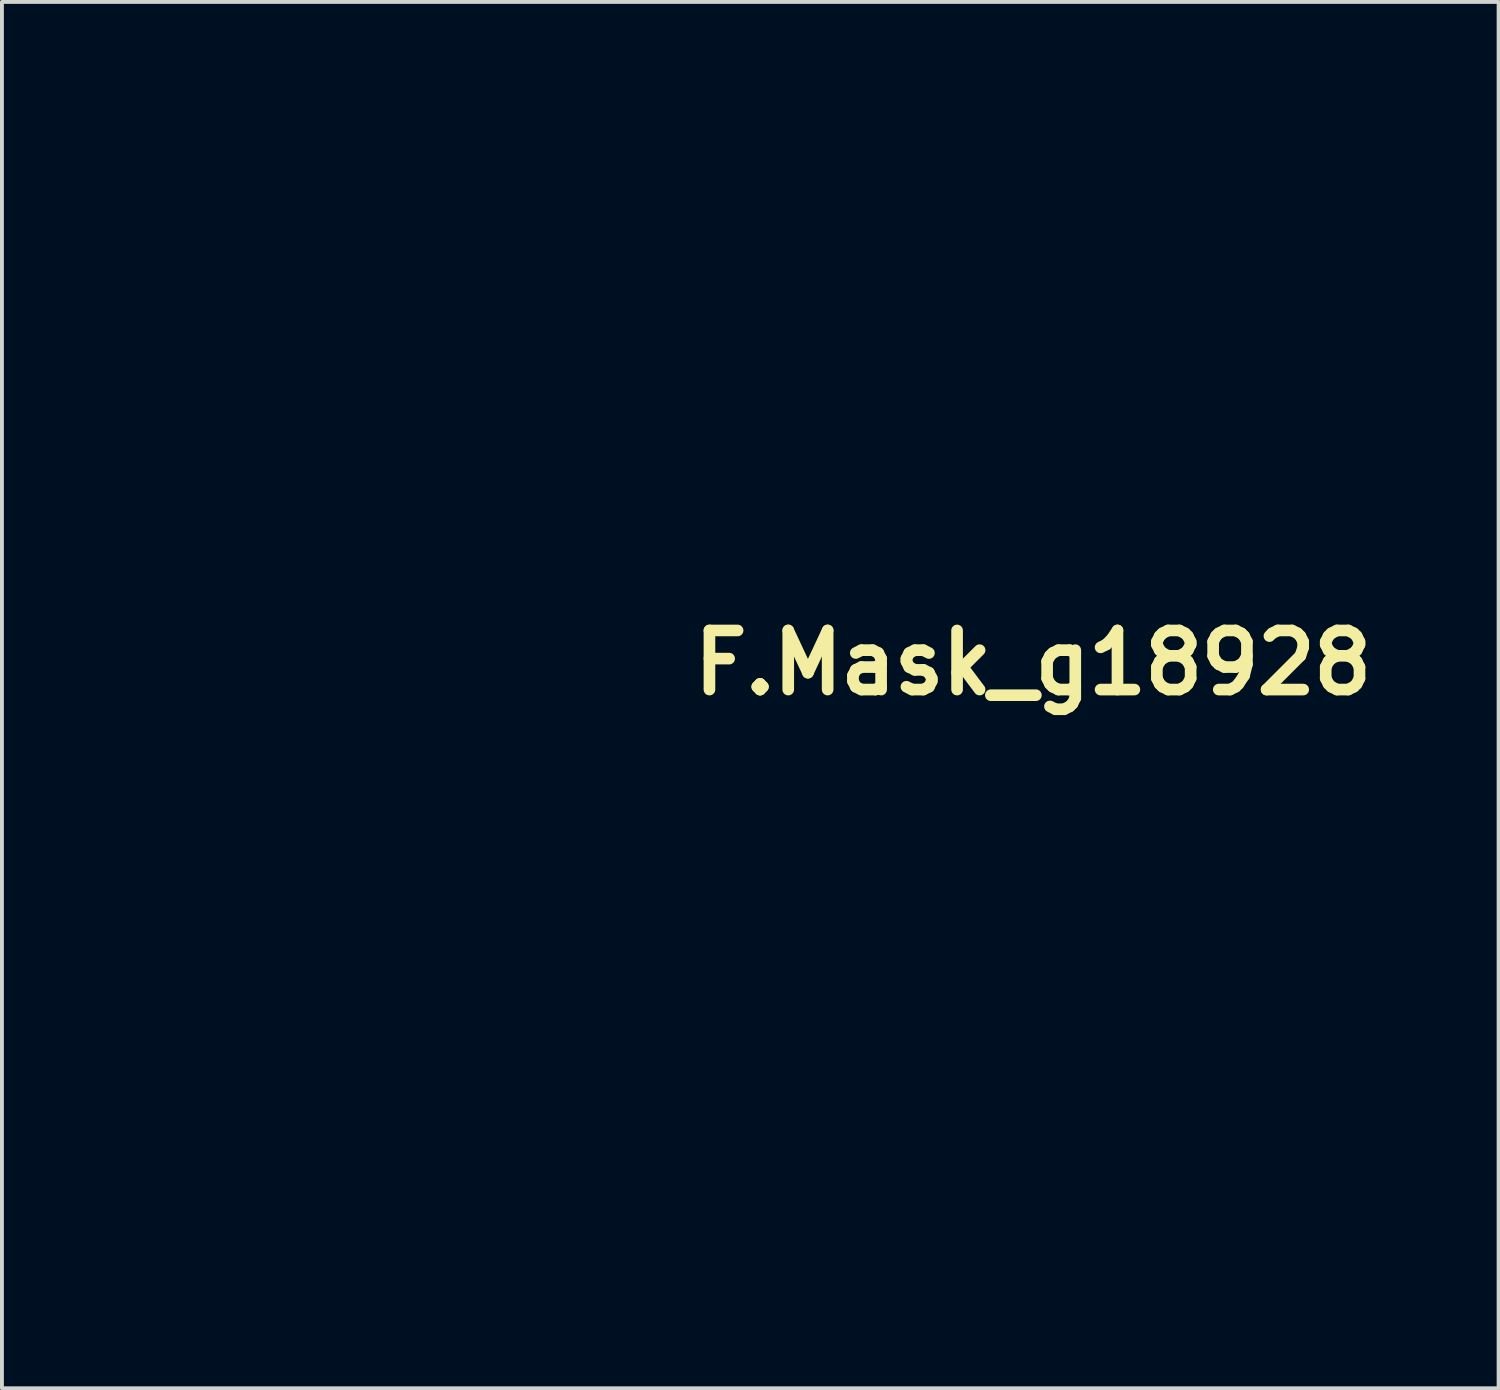
<source format=kicad_pcb>
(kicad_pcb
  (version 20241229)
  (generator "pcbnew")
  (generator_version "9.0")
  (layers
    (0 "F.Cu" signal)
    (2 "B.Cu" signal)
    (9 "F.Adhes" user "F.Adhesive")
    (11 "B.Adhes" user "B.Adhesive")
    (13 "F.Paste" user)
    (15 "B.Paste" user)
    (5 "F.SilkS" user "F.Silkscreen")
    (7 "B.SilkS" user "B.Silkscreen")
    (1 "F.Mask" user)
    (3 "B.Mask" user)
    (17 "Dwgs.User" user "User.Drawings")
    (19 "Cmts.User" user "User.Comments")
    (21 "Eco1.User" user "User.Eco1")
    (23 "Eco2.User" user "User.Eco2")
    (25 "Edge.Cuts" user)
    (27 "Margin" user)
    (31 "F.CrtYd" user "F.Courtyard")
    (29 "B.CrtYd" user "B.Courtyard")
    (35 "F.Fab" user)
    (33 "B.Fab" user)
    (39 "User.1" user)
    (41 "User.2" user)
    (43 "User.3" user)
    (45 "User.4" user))
  (footprint "F.Mask_g18928"
    (layer "F.Cu")
    (at 23.592 14.044)
    (property "Reference" "F.Mask_g18928" (at 0 0 0) (layer "F.SilkS") (effects (font (size 1.524 1.524) (thickness 0.3))))
    (attr through_hole)
    (fp_poly (pts (xy -16.673 9.411) (xy -16.565 9.437) (xy -16.505 9.501) (xy -16.483 9.642) (xy -16.486 9.902) (xy -16.491 10.011) (xy -16.532 10.496) (xy -16.612 10.822) (xy -16.728 10.986) (xy -16.799 11.007) (xy -16.902 10.943) (xy -17.073 10.771) (xy -17.285 10.522) (xy -17.403 10.37) (xy -17.608 10.08) (xy -17.758 9.831) (xy -17.834 9.661) (xy -17.836 9.615) (xy -17.731 9.541) (xy -17.51 9.474) (xy -17.224 9.424) (xy -16.926 9.4) (xy -16.673 9.411)) (stroke (width 0.01) (type solid)) (fill yes) (layer "F.Mask"))
    (fp_poly (pts (xy -9.001 13.816) (xy -8.877 13.892) (xy -8.688 14.069) (xy -8.459 14.314) (xy -8.218 14.596) (xy -7.99 14.882) (xy -7.802 15.141) (xy -7.68 15.342) (xy -7.65 15.45) (xy -7.768 15.53) (xy -8.032 15.567) (xy -8.423 15.56) (xy -8.924 15.509) (xy -9.037 15.493) (xy -9.39 15.434) (xy -9.613 15.36) (xy -9.718 15.246) (xy -9.715 15.062) (xy -9.614 14.781) (xy -9.441 14.406) (xy -9.269 14.074) (xy -9.138 13.883) (xy -9.032 13.815) (xy -9.001 13.816)) (stroke (width 0.01) (type solid)) (fill yes) (layer "F.Mask"))
    (fp_poly (pts (xy 3.815 11.245) (xy 4.357 11.434) (xy 4.841 11.719) (xy 4.855 11.73) (xy 5.067 11.904) (xy 5.21 12.046) (xy 5.249 12.11) (xy 5.191 12.219) (xy 5.034 12.411) (xy 4.808 12.658) (xy 4.541 12.929) (xy 4.262 13.196) (xy 4 13.43) (xy 3.784 13.602) (xy 3.746 13.628) (xy 3.485 13.794) (xy 3.325 13.87) (xy 3.233 13.867) (xy 3.185 13.816) (xy 3.146 13.682) (xy 3.102 13.421) (xy 3.058 13.074) (xy 3.018 12.682) (xy 2.986 12.287) (xy 2.967 11.93) (xy 2.963 11.75) (xy 2.963 11.176) (xy 3.287 11.176) (xy 3.815 11.245)) (stroke (width 0.01) (type solid)) (fill yes) (layer "F.Mask"))
    (fp_poly (pts (xy -19.392 9.654) (xy -19.221 9.672) (xy -19.129 9.709) (xy -19.084 9.77) (xy -19.081 9.777) (xy -19.074 9.923) (xy -19.102 10.183) (xy -19.155 10.509) (xy -19.224 10.852) (xy -19.301 11.164) (xy -19.374 11.394) (xy -19.4 11.451) (xy -19.464 11.55) (xy -19.543 11.586) (xy -19.677 11.555) (xy -19.905 11.451) (xy -20.05 11.38) (xy -20.357 11.198) (xy -20.675 10.961) (xy -20.973 10.701) (xy -21.217 10.446) (xy -21.376 10.227) (xy -21.421 10.096) (xy -21.382 9.946) (xy -21.252 9.835) (xy -21.013 9.755) (xy -20.644 9.702) (xy -20.127 9.67) (xy -20.089 9.668) (xy -19.671 9.654) (xy -19.392 9.654)) (stroke (width 0.01) (type solid)) (fill yes) (layer "F.Mask"))
    (fp_poly (pts (xy -12.808 8.923) (xy -12.802 9.023) (xy -12.825 9.25) (xy -12.87 9.567) (xy -12.932 9.934) (xy -13.002 10.315) (xy -13.075 10.67) (xy -13.143 10.963) (xy -13.199 11.153) (xy -13.215 11.188) (xy -13.33 11.316) (xy -13.408 11.345) (xy -13.51 11.288) (xy -13.697 11.132) (xy -13.938 10.905) (xy -14.108 10.732) (xy -14.53 10.28) (xy -14.849 9.907) (xy -15.059 9.623) (xy -15.151 9.438) (xy -15.155 9.409) (xy -15.085 9.31) (xy -14.93 9.223) (xy -14.744 9.172) (xy -14.456 9.113) (xy -14.106 9.053) (xy -13.733 8.998) (xy -13.377 8.952) (xy -13.078 8.921) (xy -12.874 8.912) (xy -12.808 8.923)) (stroke (width 0.01) (type solid)) (fill yes) (layer "F.Mask"))
    (fp_poly (pts (xy -8.322 7.829) (xy -8.244 7.925) (xy -8.15 8.134) (xy -8.085 8.328) (xy -8.031 8.588) (xy -7.987 8.937) (xy -7.954 9.337) (xy -7.934 9.755) (xy -7.927 10.154) (xy -7.935 10.499) (xy -7.958 10.755) (xy -7.998 10.887) (xy -8.01 10.896) (xy -8.109 10.86) (xy -8.316 10.739) (xy -8.605 10.55) (xy -8.951 10.31) (xy -9.111 10.195) (xy -9.68 9.777) (xy -10.122 9.442) (xy -10.451 9.18) (xy -10.68 8.977) (xy -10.823 8.822) (xy -10.894 8.704) (xy -10.905 8.612) (xy -10.872 8.538) (xy -10.781 8.469) (xy -10.609 8.394) (xy -10.331 8.304) (xy -9.924 8.189) (xy -9.652 8.117) (xy -9.215 8.005) (xy -8.833 7.915) (xy -8.536 7.854) (xy -8.357 7.828) (xy -8.322 7.829)) (stroke (width 0.01) (type solid)) (fill yes) (layer "F.Mask"))
    (fp_poly (pts (xy -0.64 6.285) (xy -0.55 6.327) (xy -0.514 6.404) (xy -0.508 6.52) (xy -0.509 6.625) (xy -0.519 6.859) (xy -0.545 7.209) (xy -0.583 7.635) (xy -0.629 8.097) (xy -0.678 8.556) (xy -0.727 8.97) (xy -0.772 9.3) (xy -0.807 9.506) (xy -0.81 9.519) (xy -0.886 9.68) (xy -0.972 9.737) (xy -1.065 9.679) (xy -1.252 9.519) (xy -1.507 9.278) (xy -1.809 8.979) (xy -1.958 8.826) (xy -2.394 8.367) (xy -2.794 7.934) (xy -3.141 7.543) (xy -3.42 7.212) (xy -3.617 6.96) (xy -3.717 6.803) (xy -3.725 6.772) (xy -3.656 6.699) (xy -3.444 6.625) (xy -3.083 6.548) (xy -2.565 6.469) (xy -1.99 6.396) (xy -1.457 6.333) (xy -1.07 6.292) (xy -0.805 6.274) (xy -0.64 6.285)) (stroke (width 0.01) (type solid)) (fill yes) (layer "F.Mask"))
    (fp_poly (pts (xy -4.975 6.941) (xy -4.915 7.02) (xy -4.904 7.04) (xy -4.878 7.191) (xy -4.883 7.463) (xy -4.914 7.825) (xy -4.965 8.246) (xy -5.031 8.694) (xy -5.107 9.138) (xy -5.188 9.546) (xy -5.27 9.887) (xy -5.346 10.129) (xy -5.411 10.241) (xy -5.424 10.245) (xy -5.512 10.191) (xy -5.699 10.043) (xy -5.958 9.824) (xy -6.263 9.554) (xy -6.318 9.505) (xy -6.798 9.055) (xy -7.2 8.647) (xy -7.512 8.295) (xy -7.722 8.013) (xy -7.819 7.814) (xy -7.819 7.745) (xy -7.72 7.663) (xy -7.501 7.561) (xy -7.207 7.458) (xy -7.167 7.446) (xy -6.829 7.348) (xy -6.522 7.258) (xy -6.31 7.194) (xy -6.308 7.194) (xy -6.087 7.133) (xy -5.778 7.055) (xy -5.524 6.995) (xy -5.235 6.932) (xy -5.067 6.913) (xy -4.975 6.941)) (stroke (width 0.01) (type solid)) (fill yes) (layer "F.Mask"))
    (fp_poly (pts (xy -1.117 13.06) (xy -0.969 13.138) (xy -0.778 13.293) (xy -0.52 13.544) (xy -0.314 13.758) (xy 0.037 14.112) (xy 0.309 14.343) (xy 0.526 14.464) (xy 0.711 14.486) (xy 0.888 14.422) (xy 0.918 14.403) (xy 0.982 14.327) (xy 0.957 14.197) (xy 0.892 14.06) (xy 0.801 13.807) (xy 0.781 13.57) (xy 0.829 13.396) (xy 0.931 13.335) (xy 1.023 13.406) (xy 1.154 13.589) (xy 1.302 13.84) (xy 1.442 14.115) (xy 1.55 14.369) (xy 1.602 14.557) (xy 1.603 14.575) (xy 1.525 14.701) (xy 1.286 14.838) (xy 0.895 14.981) (xy 0.36 15.128) (xy -0.31 15.277) (xy -1.058 15.417) (xy -1.621 15.508) (xy -2.037 15.559) (xy -2.324 15.571) (xy -2.5 15.544) (xy -2.583 15.48) (xy -2.587 15.471) (xy -2.568 15.362) (xy -2.491 15.134) (xy -2.371 14.823) (xy -2.223 14.463) (xy -2.062 14.088) (xy -1.902 13.734) (xy -1.759 13.434) (xy -1.646 13.223) (xy -1.601 13.156) (xy -1.45 13.071) (xy -1.251 13.039) (xy -1.117 13.06)) (stroke (width 0.01) (type solid)) (fill yes) (layer "F.Mask"))
    (fp_poly (pts (xy -3.899 13.63) (xy -3.818 13.721) (xy -3.691 13.919) (xy -3.543 14.222) (xy -3.393 14.578) (xy -3.261 14.935) (xy -3.167 15.243) (xy -3.133 15.449) (xy -3.141 15.562) (xy -3.192 15.626) (xy -3.322 15.655) (xy -3.569 15.663) (xy -3.713 15.663) (xy -4.111 15.668) (xy -4.532 15.68) (xy -4.792 15.693) (xy -5.103 15.702) (xy -5.513 15.703) (xy -5.957 15.696) (xy -6.16 15.69) (xy -6.593 15.666) (xy -6.871 15.632) (xy -7.007 15.586) (xy -7.027 15.553) (xy -6.973 15.448) (xy -6.828 15.252) (xy -6.62 14.996) (xy -6.376 14.711) (xy -6.122 14.429) (xy -5.885 14.179) (xy -5.693 13.993) (xy -5.605 13.921) (xy -5.389 13.821) (xy -5.245 13.875) (xy -5.174 14.081) (xy -5.165 14.243) (xy -5.119 14.626) (xy -4.995 14.935) (xy -4.815 15.146) (xy -4.597 15.235) (xy -4.369 15.182) (xy -4.318 15.119) (xy -4.338 15.004) (xy -4.441 14.804) (xy -4.545 14.632) (xy -4.689 14.376) (xy -4.776 14.17) (xy -4.787 14.061) (xy -4.672 13.999) (xy -4.465 13.97) (xy -4.44 13.97) (xy -4.231 13.942) (xy -4.148 13.868) (xy -4.147 13.864) (xy -4.104 13.702) (xy -4.069 13.636) (xy -3.996 13.573) (xy -3.899 13.63)) (stroke (width 0.01) (type solid)) (fill yes) (layer "F.Mask"))
    (fp_poly (pts (xy 3.803 -13.994) (xy 4.12 -13.845) (xy 4.305 -13.739) (xy 4.661 -13.522) (xy 5.076 -13.258) (xy 5.53 -12.961) (xy 6.001 -12.646) (xy 6.468 -12.329) (xy 6.908 -12.023) (xy 7.302 -11.744) (xy 7.627 -11.506) (xy 7.863 -11.324) (xy 7.987 -11.212) (xy 8.001 -11.189) (xy 7.925 -11.114) (xy 7.712 -10.992) (xy 7.384 -10.836) (xy 6.964 -10.657) (xy 6.9 -10.631) (xy 5.781 -10.153) (xy 4.608 -9.598) (xy 3.369 -8.961) (xy 2.051 -8.233) (xy 0.643 -7.409) (xy -0.868 -6.482) (xy -2.039 -5.739) (xy -2.708 -5.311) (xy -3.372 -4.888) (xy -4.009 -4.484) (xy -4.597 -4.114) (xy -5.112 -3.792) (xy -5.531 -3.532) (xy -5.832 -3.35) (xy -5.842 -3.344) (xy -6.233 -3.117) (xy -6.68 -2.869) (xy -7.155 -2.611) (xy -7.635 -2.357) (xy -8.094 -2.12) (xy -8.505 -1.914) (xy -8.844 -1.751) (xy -9.086 -1.645) (xy -9.201 -1.609) (xy -9.319 -1.67) (xy -9.465 -1.817) (xy -9.471 -1.825) (xy -9.582 -1.998) (xy -9.701 -2.233) (xy -9.809 -2.479) (xy -9.883 -2.688) (xy -9.903 -2.811) (xy -9.897 -2.822) (xy -9.817 -2.879) (xy -9.633 -3.009) (xy -9.378 -3.188) (xy -9.274 -3.261) (xy -8.701 -3.686) (xy -8.029 -4.226) (xy -7.255 -4.884) (xy -6.375 -5.663) (xy -5.387 -6.564) (xy -4.815 -7.096) (xy -3.901 -7.942) (xy -2.989 -8.772) (xy -2.089 -9.574) (xy -1.218 -10.337) (xy -0.388 -11.049) (xy 0.387 -11.699) (xy 1.093 -12.275) (xy 1.717 -12.765) (xy 2.244 -13.157) (xy 2.582 -13.389) (xy 2.849 -13.578) (xy 3.1 -13.78) (xy 3.158 -13.832) (xy 3.359 -13.984) (xy 3.562 -14.039) (xy 3.803 -13.994)) (stroke (width 0.01) (type solid)) (fill yes) (layer "F.Mask"))
    (fp_poly (pts (xy 0.686 -5.867) (xy 1.108 -5.769) (xy 1.635 -5.585) (xy 1.736 -5.546) (xy 2.121 -5.413) (xy 2.579 -5.278) (xy 3.015 -5.171) (xy 3.048 -5.164) (xy 3.815 -4.971) (xy 4.461 -4.737) (xy 5.033 -4.442) (xy 5.241 -4.31) (xy 5.945 -3.741) (xy 6.547 -3.052) (xy 7.027 -2.273) (xy 7.364 -1.431) (xy 7.411 -1.263) (xy 7.492 -0.797) (xy 7.528 -0.242) (xy 7.519 0.35) (xy 7.468 0.922) (xy 7.378 1.421) (xy 7.295 1.691) (xy 6.914 2.435) (xy 6.378 3.108) (xy 5.69 3.71) (xy 4.848 4.242) (xy 4.624 4.358) (xy 4.169 4.57) (xy 3.718 4.742) (xy 3.242 4.879) (xy 2.708 4.989) (xy 2.085 5.08) (xy 1.344 5.156) (xy 0.804 5.201) (xy -0.15 5.271) (xy -0.953 5.325) (xy -1.622 5.362) (xy -2.176 5.382) (xy -2.631 5.387) (xy -3.005 5.375) (xy -3.315 5.347) (xy -3.579 5.304) (xy -3.768 5.259) (xy -4.15 5.146) (xy -4.545 5.015) (xy -4.816 4.916) (xy -5.467 4.595) (xy -6.147 4.147) (xy -6.819 3.603) (xy -7.446 2.991) (xy -7.992 2.343) (xy -8.057 2.256) (xy -8.371 1.834) (xy -8.614 1.533) (xy -8.808 1.332) (xy -8.972 1.21) (xy -9.128 1.147) (xy -9.155 1.141) (xy -9.362 1.076) (xy -9.419 0.996) (xy -9.321 0.89) (xy -9.237 0.843) (xy 1.101 0.843) (xy 1.163 1.125) (xy 1.326 1.413) (xy 1.55 1.662) (xy 1.796 1.824) (xy 1.963 1.863) (xy 2.152 1.825) (xy 2.372 1.735) (xy 2.637 1.516) (xy 2.824 1.203) (xy 2.91 0.855) (xy 2.871 0.528) (xy 2.869 0.523) (xy 2.667 0.178) (xy 2.385 -0.049) (xy 2.055 -0.144) (xy 1.712 -0.091) (xy 1.63 -0.054) (xy 1.399 0.142) (xy 1.21 0.434) (xy 1.108 0.748) (xy 1.101 0.843) (xy -9.237 0.843) (xy -9.066 0.746) (xy -9.037 0.732) (xy -8.763 0.574) (xy -8.403 0.33) (xy -7.951 -0.008) (xy -7.397 -0.446) (xy -6.733 -0.991) (xy -6.342 -1.318) (xy -6.02 -1.584) (xy -5.705 -1.836) (xy -5.376 -2.087) (xy -5.01 -2.353) (xy -4.586 -2.651) (xy -4.083 -2.995) (xy -3.479 -3.402) (xy -2.836 -3.829) (xy -2.335 -4.165) (xy -1.847 -4.499) (xy -1.402 -4.81) (xy -1.029 -5.076) (xy -0.76 -5.278) (xy -0.699 -5.327) (xy -0.324 -5.608) (xy 0.007 -5.79) (xy 0.332 -5.875) (xy 0.686 -5.867)) (stroke (width 0.01) (type solid)) (fill yes) (layer "F.Mask"))
    (fp_poly (pts (xy -22.198 -10.095) (xy -22.045 -9.917) (xy -21.834 -9.651) (xy -21.585 -9.322) (xy -21.501 -9.207) (xy -20.708 -8.225) (xy -19.77 -7.245) (xy -18.712 -6.287) (xy -17.556 -5.373) (xy -16.328 -4.524) (xy -16.136 -4.402) (xy -15.765 -4.174) (xy -15.409 -3.964) (xy -15.114 -3.799) (xy -14.95 -3.717) (xy -14.602 -3.608) (xy -14.212 -3.563) (xy -13.841 -3.581) (xy -13.551 -3.664) (xy -13.507 -3.689) (xy -13.321 -3.774) (xy -13.147 -3.74) (xy -13.108 -3.721) (xy -12.905 -3.599) (xy -12.645 -3.42) (xy -12.368 -3.213) (xy -12.112 -3.009) (xy -11.915 -2.837) (xy -11.816 -2.727) (xy -11.813 -2.721) (xy -11.828 -2.557) (xy -11.951 -2.317) (xy -12.161 -2.035) (xy -12.393 -1.787) (xy -12.595 -1.612) (xy -12.761 -1.538) (xy -12.966 -1.538) (xy -13.029 -1.546) (xy -13.249 -1.608) (xy -13.562 -1.738) (xy -13.918 -1.914) (xy -14.116 -2.023) (xy -14.437 -2.204) (xy -14.706 -2.348) (xy -14.887 -2.436) (xy -14.943 -2.455) (xy -14.918 -2.417) (xy -14.777 -2.316) (xy -14.559 -2.18) (xy -14.168 -1.879) (xy -13.842 -1.473) (xy -13.566 -0.939) (xy -13.388 -0.459) (xy -13.155 0.457) (xy -13.074 1.319) (xy -13.144 2.12) (xy -13.366 2.854) (xy -13.463 3.063) (xy -13.976 3.933) (xy -14.555 4.648) (xy -15.201 5.209) (xy -15.92 5.62) (xy -16.714 5.882) (xy -17.587 5.998) (xy -17.907 6.004) (xy -18.294 5.988) (xy -18.674 5.949) (xy -18.968 5.897) (xy -18.982 5.893) (xy -19.547 5.661) (xy -20.028 5.301) (xy -20.303 4.977) (xy -20.454 4.736) (xy -20.647 4.395) (xy -20.865 3.987) (xy -21.094 3.544) (xy -21.316 3.099) (xy -21.515 2.684) (xy -21.66 2.363) (xy -16.912 2.363) (xy -16.806 2.709) (xy -16.621 2.966) (xy -16.372 3.097) (xy -16.072 3.13) (xy -15.808 3.092) (xy -15.616 2.948) (xy -15.585 2.91) (xy -15.448 2.616) (xy -15.413 2.263) (xy -15.486 1.93) (xy -15.54 1.826) (xy -15.785 1.586) (xy -16.092 1.478) (xy -16.413 1.519) (xy -16.429 1.526) (xy -16.714 1.726) (xy -16.879 2.018) (xy -16.912 2.363) (xy -21.66 2.363) (xy -21.674 2.331) (xy -21.779 2.074) (xy -21.809 1.974) (xy -21.824 1.684) (xy -21.786 1.296) (xy -21.707 0.867) (xy -21.595 0.455) (xy -21.506 0.214) (xy -21.412 -0.014) (xy -21.385 -0.127) (xy -21.426 -0.165) (xy -21.512 -0.169) (xy -21.782 -0.231) (xy -22.112 -0.393) (xy -22.457 -0.625) (xy -22.771 -0.895) (xy -23.009 -1.17) (xy -23.077 -1.28) (xy -23.191 -1.587) (xy -23.297 -2.029) (xy -23.378 -2.498) (xy -15.155 -2.498) (xy -15.113 -2.455) (xy -15.071 -2.498) (xy -15.113 -2.54) (xy -15.155 -2.498) (xy -23.378 -2.498) (xy -23.391 -2.575) (xy -23.392 -2.582) (xy -15.325 -2.582) (xy -15.282 -2.54) (xy -15.24 -2.582) (xy -15.282 -2.625) (xy -15.325 -2.582) (xy -23.392 -2.582) (xy -23.447 -3.006) (xy -17.526 -3.006) (xy -17.484 -2.963) (xy -17.441 -3.006) (xy -17.484 -3.048) (xy -17.526 -3.006) (xy -23.447 -3.006) (xy -23.471 -3.192) (xy -23.532 -3.845) (xy -23.533 -3.857) (xy -21.903 -3.857) (xy -21.764 -3.722) (xy -21.684 -3.661) (xy -21.54 -3.581) (xy -21.321 -3.506) (xy -21.003 -3.432) (xy -20.561 -3.351) (xy -20.054 -3.271) (xy -19.561 -3.2) (xy -19.102 -3.14) (xy -18.713 -3.095) (xy -18.432 -3.07) (xy -18.33 -3.067) (xy -18.161 -3.076) (xy -18.147 -3.094) (xy -18.203 -3.107) (xy -18.358 -3.131) (xy -18.645 -3.176) (xy -19.032 -3.236) (xy -19.484 -3.306) (xy -19.766 -3.349) (xy -20.228 -3.424) (xy -20.632 -3.498) (xy -20.949 -3.563) (xy -21.147 -3.615) (xy -21.198 -3.638) (xy -21.229 -3.766) (xy -21.231 -4.05) (xy -21.204 -4.482) (xy -21.179 -4.751) (xy -21.144 -5.151) (xy -21.123 -5.487) (xy -21.116 -5.725) (xy -21.126 -5.83) (xy -21.127 -5.831) (xy -21.204 -5.822) (xy -21.283 -5.68) (xy -21.349 -5.44) (xy -21.373 -5.292) (xy -21.435 -4.787) (xy -21.484 -4.427) (xy -21.525 -4.186) (xy -21.564 -4.042) (xy -21.609 -3.969) (xy -21.666 -3.945) (xy -21.739 -3.944) (xy -21.894 -3.928) (xy -21.903 -3.857) (xy -23.533 -3.857) (xy -23.572 -4.503) (xy -23.587 -5.133) (xy -23.575 -5.7) (xy -23.543 -6.096) (xy -23.466 -6.602) (xy -23.357 -7.15) (xy -23.224 -7.716) (xy -23.073 -8.276) (xy -22.913 -8.805) (xy -22.751 -9.28) (xy -22.595 -9.675) (xy -22.453 -9.968) (xy -22.331 -10.133) (xy -22.272 -10.16) (xy -22.198 -10.095)) (stroke (width 0.01) (type solid)) (fill yes) (layer "F.Mask")))
  (gr_rect
    (start -3 -3)
    (end 35.598 32.752)
    (stroke (width 0.1) (type default))
    (fill no)
    (layer "Edge.Cuts")))
</source>
